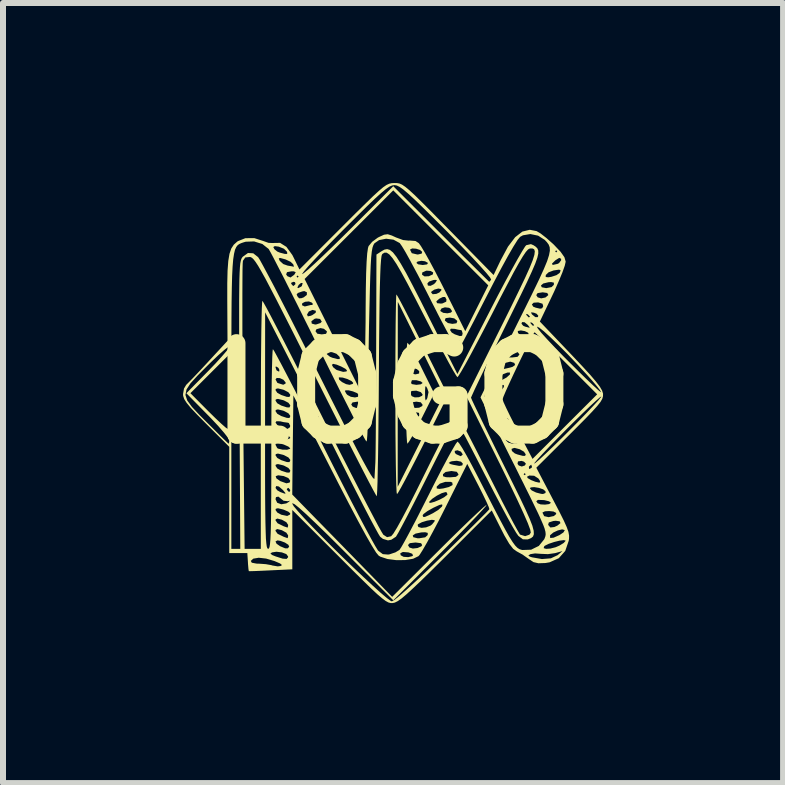
<source format=kicad_pcb>
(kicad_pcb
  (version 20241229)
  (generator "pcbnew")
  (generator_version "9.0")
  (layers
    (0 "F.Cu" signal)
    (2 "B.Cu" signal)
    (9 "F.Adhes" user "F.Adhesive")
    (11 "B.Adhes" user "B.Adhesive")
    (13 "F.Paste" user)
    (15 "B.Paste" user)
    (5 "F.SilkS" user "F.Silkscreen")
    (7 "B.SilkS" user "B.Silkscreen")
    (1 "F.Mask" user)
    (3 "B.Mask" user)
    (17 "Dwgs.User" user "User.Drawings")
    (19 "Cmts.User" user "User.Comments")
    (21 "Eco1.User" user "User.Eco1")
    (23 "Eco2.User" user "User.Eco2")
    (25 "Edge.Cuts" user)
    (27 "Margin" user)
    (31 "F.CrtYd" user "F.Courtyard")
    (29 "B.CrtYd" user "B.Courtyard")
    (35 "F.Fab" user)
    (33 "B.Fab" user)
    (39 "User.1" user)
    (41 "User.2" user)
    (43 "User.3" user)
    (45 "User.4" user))
  (footprint "LOGO"
    (layer "F.Cu")
    (at 3.503 3.503)
    (property "Reference" "LOGO" (at 0 0 0) (layer "F.SilkS") (effects (font (size 1.524 1.524) (thickness 0.3))))
    (attr board_only exclude_from_pos_files exclude_from_bom)
    (fp_poly (pts (xy 0.072 -1.617) (xy 0.119 -1.532) (xy 0.188 -1.401) (xy 0.275 -1.231) (xy 0.377 -1.031) (xy 0.489 -0.809) (xy 0.49 -0.806) (xy 0.911 0.035) (xy 0.5 0.858) (xy 0.389 1.078) (xy 0.287 1.276) (xy 0.199 1.444) (xy 0.129 1.573) (xy 0.082 1.655) (xy 0.062 1.682) (xy 0.056 1.648) (xy 0.052 1.559) (xy 0.074 1.559) (xy 0.459 0.794) (xy 0.844 0.028) (xy 0.46 -0.748) (xy 0.076 -1.524) (xy 0.074 1.559) (xy 0.052 1.559) (xy 0.051 1.551) (xy 0.047 1.397) (xy 0.043 1.194) (xy 0.04 0.948) (xy 0.037 0.665) (xy 0.036 0.354) (xy 0.035 0.02) (xy 0.035 0.018) (xy 0.035 -0.316) (xy 0.036 -0.628) (xy 0.038 -0.91) (xy 0.04 -1.157) (xy 0.043 -1.361) (xy 0.046 -1.515) (xy 0.049 -1.612) (xy 0.052 -1.647) (xy 0.052 -1.647)) (stroke (width 0) (type solid)) (fill yes) (layer "F.SilkS"))
    (fp_poly (pts (xy 0.262 -0.811) (xy 0.311 -0.73) (xy 0.377 -0.609) (xy 0.454 -0.459) (xy 0.473 -0.419) (xy 0.682 0.002) (xy 0.472 0.42) (xy 0.393 0.575) (xy 0.324 0.703) (xy 0.27 0.795) (xy 0.24 0.838) (xy 0.236 0.84) (xy 0.229 0.807) (xy 0.223 0.713) (xy 0.217 0.568) (xy 0.217 0.545) (xy 0.28 0.545) (xy 0.297 0.581) (xy 0.315 0.578) (xy 0.349 0.533) (xy 0.35 0.523) (xy 0.324 0.491) (xy 0.315 0.49) (xy 0.285 0.519) (xy 0.28 0.545) (xy 0.217 0.545) (xy 0.213 0.382) (xy 0.213 0.369) (xy 0.283 0.369) (xy 0.304 0.397) (xy 0.366 0.42) (xy 0.422 0.388) (xy 0.433 0.368) (xy 0.429 0.327) (xy 0.367 0.315) (xy 0.295 0.33) (xy 0.283 0.369) (xy 0.213 0.369) (xy 0.211 0.187) (xy 0.281 0.187) (xy 0.304 0.222) (xy 0.36 0.245) (xy 0.431 0.241) (xy 0.482 0.214) (xy 0.49 0.193) (xy 0.459 0.151) (xy 0.385 0.14) (xy 0.302 0.153) (xy 0.281 0.187) (xy 0.211 0.187) (xy 0.211 0.165) (xy 0.21 0) (xy 0.21 -0.004) (xy 0.277 -0.004) (xy 0.304 0.047) (xy 0.359 0.069) (xy 0.429 0.066) (xy 0.481 0.042) (xy 0.49 0.021) (xy 0.474 0) (xy 0.53 0) (xy 0.532 0.091) (xy 0.541 0.121) (xy 0.559 0.097) (xy 0.568 0.079) (xy 0.588 -0.019) (xy 0.568 -0.079) (xy 0.545 -0.119) (xy 0.534 -0.107) (xy 0.53 -0.037) (xy 0.53 0) (xy 0.474 0) (xy 0.46 -0.018) (xy 0.385 -0.043) (xy 0.306 -0.038) (xy 0.277 -0.004) (xy 0.21 -0.004) (xy 0.211 -0.187) (xy 0.28 -0.187) (xy 0.312 -0.152) (xy 0.385 -0.14) (xy 0.459 -0.149) (xy 0.49 -0.171) (xy 0.49 -0.171) (xy 0.46 -0.197) (xy 0.387 -0.217) (xy 0.385 -0.218) (xy 0.304 -0.217) (xy 0.28 -0.187) (xy 0.211 -0.187) (xy 0.211 -0.234) (xy 0.214 -0.391) (xy 0.245 -0.391) (xy 0.276 -0.336) (xy 0.365 -0.315) (xy 0.373 -0.315) (xy 0.431 -0.329) (xy 0.433 -0.368) (xy 0.394 -0.402) (xy 0.33 -0.42) (xy 0.27 -0.417) (xy 0.245 -0.391) (xy 0.214 -0.391) (xy 0.214 -0.444) (xy 0.218 -0.588) (xy 0.245 -0.588) (xy 0.268 -0.53) (xy 0.289 -0.516) (xy 0.341 -0.51) (xy 0.34 -0.543) (xy 0.304 -0.586) (xy 0.26 -0.625) (xy 0.246 -0.613) (xy 0.245 -0.588) (xy 0.218 -0.588) (xy 0.219 -0.618) (xy 0.225 -0.748) (xy 0.232 -0.825) (xy 0.238 -0.841)) (stroke (width 0) (type solid)) (fill yes) (layer "F.SilkS"))
    (fp_poly (pts (xy 0.064 -3.502) (xy 0.104 -3.495) (xy 0.147 -3.476) (xy 0.2 -3.44) (xy 0.269 -3.383) (xy 0.36 -3.299) (xy 0.479 -3.182) (xy 0.633 -3.028) (xy 0.826 -2.831) (xy 0.919 -2.737) (xy 1.672 -1.97) (xy 1.791 -2.218) (xy 1.912 -2.443) (xy 2.032 -2.601) (xy 2.152 -2.694) (xy 2.275 -2.724) (xy 2.388 -2.702) (xy 2.456 -2.662) (xy 2.553 -2.586) (xy 2.66 -2.491) (xy 2.675 -2.477) (xy 2.788 -2.358) (xy 2.852 -2.267) (xy 2.873 -2.195) (xy 2.873 -2.191) (xy 2.858 -2.125) (xy 2.818 -2.012) (xy 2.757 -1.865) (xy 2.683 -1.698) (xy 2.658 -1.645) (xy 2.443 -1.195) (xy 2.965 -0.647) (xy 3.145 -0.456) (xy 3.281 -0.308) (xy 3.378 -0.194) (xy 3.443 -0.109) (xy 3.48 -0.045) (xy 3.495 0.004) (xy 3.496 0.011) (xy 3.495 0.051) (xy 3.483 0.093) (xy 3.453 0.145) (xy 3.398 0.214) (xy 3.314 0.307) (xy 3.195 0.431) (xy 3.033 0.594) (xy 2.945 0.682) (xy 2.384 1.241) (xy 2.666 1.779) (xy 2.769 1.976) (xy 2.843 2.124) (xy 2.891 2.231) (xy 2.919 2.31) (xy 2.93 2.372) (xy 2.929 2.427) (xy 2.924 2.458) (xy 2.866 2.628) (xy 2.758 2.749) (xy 2.606 2.817) (xy 2.536 2.829) (xy 2.419 2.833) (xy 2.337 2.814) (xy 2.259 2.762) (xy 2.258 2.761) (xy 2.175 2.703) (xy 2.251 2.703) (xy 2.275 2.722) (xy 2.312 2.734) (xy 2.477 2.763) (xy 2.626 2.751) (xy 2.737 2.699) (xy 2.738 2.699) (xy 2.82 2.63) (xy 2.698 2.664) (xy 2.578 2.681) (xy 2.462 2.676) (xy 2.462 2.676) (xy 2.363 2.669) (xy 2.286 2.681) (xy 2.251 2.703) (xy 2.175 2.703) (xy 2.161 2.692) (xy 2.065 2.639) (xy 2.059 2.636) (xy 1.999 2.593) (xy 1.932 2.507) (xy 1.852 2.37) (xy 1.803 2.274) (xy 1.641 1.953) (xy 0.873 2.72) (xy 0.651 2.94) (xy 0.472 3.115) (xy 0.33 3.25) (xy 0.221 3.35) (xy 0.138 3.42) (xy 0.075 3.464) (xy 0.027 3.488) (xy -0.009 3.496) (xy -0.044 3.496) (xy -0.081 3.486) (xy -0.127 3.461) (xy -0.187 3.416) (xy -0.268 3.347) (xy -0.374 3.248) (xy -0.512 3.113) (xy -0.688 2.939) (xy -0.902 2.725) (xy -1.682 1.945) (xy -1.682 2.934) (xy -2.041 2.951) (xy -2.191 2.958) (xy -2.311 2.963) (xy -2.388 2.965) (xy -2.407 2.964) (xy -2.413 2.929) (xy -2.42 2.848) (xy -2.422 2.81) (xy -2.423 2.794) (xy -2.374 2.794) (xy -2.357 2.824) (xy -2.278 2.839) (xy -2.236 2.84) (xy -2.124 2.848) (xy -2.033 2.864) (xy -2.015 2.87) (xy -1.925 2.885) (xy -1.878 2.879) (xy -1.854 2.863) (xy -1.886 2.836) (xy -1.98 2.796) (xy -2.118 2.755) (xy -2.241 2.741) (xy -2.332 2.756) (xy -2.374 2.794) (xy -2.423 2.794) (xy -2.431 2.672) (xy -2.047 2.672) (xy -2.015 2.697) (xy -1.96 2.719) (xy -1.843 2.756) (xy -1.778 2.761) (xy -1.753 2.734) (xy -1.752 2.72) (xy -1.782 2.68) (xy -1.856 2.652) (xy -1.946 2.641) (xy -2.021 2.652) (xy -2.047 2.672) (xy -2.431 2.672) (xy -2.431 2.663) (xy -2.733 2.663) (xy -2.733 0.892) (xy -3.118 0.508) (xy -3.268 0.356) (xy -3.375 0.243) (xy -3.444 0.159) (xy -3.484 0.096) (xy -3.501 0.044) (xy -3.502 0.028) (xy -3.463 0.028) (xy -3.433 0.12) (xy -3.355 0.227) (xy -3.23 0.361) (xy -3.11 0.481) (xy -2.982 0.608) (xy -2.874 0.716) (xy -2.792 0.795) (xy -2.748 0.837) (xy -2.742 0.841) (xy -2.734 0.812) (xy -2.733 0.783) (xy -2.756 0.739) (xy -2.821 0.656) (xy -2.918 0.544) (xy -3.038 0.416) (xy -3.09 0.363) (xy -3.447 0) (xy -3.446 -0.001) (xy -3.38 -0.001) (xy -3.083 0.298) (xy -2.966 0.413) (xy -2.865 0.508) (xy -2.792 0.572) (xy -2.757 0.596) (xy -2.757 0.596) (xy -2.748 0.562) (xy -2.741 0.47) (xy -2.737 0.331) (xy -2.736 0.155) (xy -2.737 -0.017) (xy -2.698 -0.017) (xy -2.698 0.156) (xy -2.698 2.593) (xy -2.549 2.593) (xy -2.562 0.196) (xy -2.565 -0.272) (xy -2.567 -0.675) (xy -2.568 -1.018) (xy -2.568 -1.306) (xy -2.568 -1.389) (xy -2.514 -1.389) (xy -2.514 -1.081) (xy -2.512 -0.739) (xy -2.509 -0.368) (xy -2.505 0.025) (xy -2.503 0.231) (xy -2.477 2.593) (xy -2.207 2.593) (xy -2.207 0.526) (xy -2.207 0.152) (xy -2.205 -0.199) (xy -2.204 -0.523) (xy -2.201 -0.813) (xy -2.198 -1.063) (xy -2.194 -1.267) (xy -2.19 -1.419) (xy -2.185 -1.512) (xy -2.181 -1.541) (xy -2.161 -1.51) (xy -2.112 -1.422) (xy -2.038 -1.283) (xy -1.941 -1.096) (xy -1.823 -0.869) (xy -1.688 -0.605) (xy -1.539 -0.311) (xy -1.377 0.008) (xy -1.206 0.347) (xy -1.191 0.377) (xy -1.019 0.72) (xy -0.854 1.045) (xy -0.7 1.346) (xy -0.56 1.619) (xy -0.436 1.858) (xy -0.332 2.056) (xy -0.251 2.209) (xy -0.194 2.311) (xy -0.166 2.356) (xy -0.166 2.357) (xy -0.103 2.398) (xy -0.036 2.383) (xy -0.034 2.382) (xy 0.002 2.339) (xy 0.064 2.238) (xy 0.15 2.082) (xy 0.258 1.877) (xy 0.384 1.628) (xy 0.527 1.339) (xy 0.531 1.331) (xy 0.652 1.086) (xy 0.764 0.864) (xy 0.863 0.671) (xy 0.946 0.516) (xy 1.009 0.404) (xy 1.048 0.345) (xy 1.057 0.337) (xy 1.08 0.372) (xy 1.13 0.462) (xy 1.203 0.599) (xy 1.295 0.777) (xy 1.402 0.986) (xy 1.52 1.22) (xy 1.582 1.343) (xy 1.705 1.586) (xy 1.818 1.809) (xy 1.92 2.005) (xy 2.004 2.164) (xy 2.068 2.28) (xy 2.106 2.345) (xy 2.115 2.356) (xy 2.198 2.381) (xy 2.269 2.357) (xy 2.292 2.323) (xy 2.283 2.274) (xy 2.242 2.164) (xy 2.169 1.997) (xy 2.066 1.774) (xy 1.933 1.496) (xy 1.772 1.167) (xy 1.767 1.158) (xy 1.22 0.053) (xy 1.807 -1.125) (xy 1.967 -1.447) (xy 2.096 -1.712) (xy 2.198 -1.925) (xy 2.273 -2.091) (xy 2.324 -2.217) (xy 2.352 -2.307) (xy 2.359 -2.366) (xy 2.348 -2.399) (xy 2.32 -2.413) (xy 2.277 -2.412) (xy 2.273 -2.411) (xy 2.246 -2.396) (xy 2.209 -2.354) (xy 2.159 -2.28) (xy 2.093 -2.169) (xy 2.007 -2.015) (xy 1.9 -1.812) (xy 1.766 -1.556) (xy 1.651 -1.331) (xy 1.521 -1.08) (xy 1.4 -0.85) (xy 1.293 -0.649) (xy 1.202 -0.483) (xy 1.131 -0.359) (xy 1.085 -0.286) (xy 1.069 -0.267) (xy 1.046 -0.299) (xy 0.994 -0.385) (xy 0.92 -0.519) (xy 0.826 -0.694) (xy 0.716 -0.901) (xy 0.596 -1.134) (xy 0.519 -1.283) (xy 0.365 -1.583) (xy 0.239 -1.824) (xy 0.136 -2.013) (xy 0.053 -2.155) (xy -0.013 -2.253) (xy -0.066 -2.314) (xy -0.109 -2.342) (xy -0.146 -2.343) (xy -0.18 -2.322) (xy -0.185 -2.316) (xy -0.195 -2.289) (xy -0.203 -2.225) (xy -0.211 -2.121) (xy -0.217 -1.973) (xy -0.223 -1.775) (xy -0.228 -1.525) (xy -0.232 -1.219) (xy -0.236 -0.851) (xy -0.239 -0.419) (xy -0.24 -0.279) (xy -0.242 0.088) (xy -0.246 0.433) (xy -0.249 0.75) (xy -0.253 1.032) (xy -0.258 1.275) (xy -0.262 1.47) (xy -0.267 1.613) (xy -0.272 1.696) (xy -0.275 1.717) (xy -0.294 1.686) (xy -0.342 1.598) (xy -0.416 1.458) (xy -0.513 1.271) (xy -0.63 1.043) (xy -0.766 0.778) (xy -0.916 0.482) (xy -1.079 0.16) (xy -1.251 -0.182) (xy -1.296 -0.272) (xy -1.499 -0.675) (xy -1.673 -1.021) (xy -1.821 -1.312) (xy -1.945 -1.555) (xy -2.048 -1.753) (xy -2.131 -1.911) (xy -2.199 -2.033) (xy -2.252 -2.124) (xy -2.294 -2.188) (xy -2.327 -2.231) (xy -2.353 -2.256) (xy -2.375 -2.268) (xy -2.388 -2.271) (xy -2.466 -2.263) (xy -2.505 -2.207) (xy -2.505 -2.206) (xy -2.509 -2.159) (xy -2.512 -2.048) (xy -2.513 -1.879) (xy -2.514 -1.657) (xy -2.514 -1.389) (xy -2.568 -1.389) (xy -2.568 -1.545) (xy -2.566 -1.738) (xy -2.564 -1.892) (xy -2.56 -2.011) (xy -2.555 -2.1) (xy -2.549 -2.164) (xy -2.54 -2.209) (xy -2.531 -2.239) (xy -2.519 -2.26) (xy -2.508 -2.274) (xy -2.421 -2.337) (xy -2.333 -2.332) (xy -2.252 -2.268) (xy -2.223 -2.223) (xy -2.167 -2.121) (xy -2.085 -1.968) (xy -1.98 -1.77) (xy -1.857 -1.531) (xy -1.717 -1.259) (xy -1.565 -0.959) (xy -1.402 -0.636) (xy -1.249 -0.333) (xy -1.046 0.072) (xy -0.872 0.416) (xy -0.725 0.705) (xy -0.604 0.939) (xy -0.506 1.124) (xy -0.43 1.262) (xy -0.375 1.357) (xy -0.338 1.411) (xy -0.318 1.428) (xy -0.313 1.419) (xy -0.307 1.316) (xy -0.3 1.189) (xy -0.298 1.156) (xy -0.296 1.089) (xy -0.294 0.96) (xy -0.292 0.777) (xy -0.29 0.546) (xy -0.289 0.276) (xy -0.287 -0.025) (xy -0.286 -0.35) (xy -0.285 -0.656) (xy -0.28 -2.311) (xy -0.193 -2.368) (xy -0.146 -2.394) (xy -0.101 -2.402) (xy -0.055 -2.388) (xy -0.005 -2.347) (xy 0.054 -2.272) (xy 0.126 -2.159) (xy 0.215 -2.003) (xy 0.323 -1.798) (xy 0.456 -1.539) (xy 0.568 -1.316) (xy 1.069 -0.32) (xy 1.612 -1.375) (xy 1.742 -1.627) (xy 1.865 -1.859) (xy 1.977 -2.065) (xy 2.072 -2.236) (xy 2.147 -2.365) (xy 2.197 -2.445) (xy 2.216 -2.467) (xy 2.294 -2.485) (xy 2.336 -2.467) (xy 2.374 -2.442) (xy 2.401 -2.415) (xy 2.416 -2.379) (xy 2.417 -2.329) (xy 2.401 -2.258) (xy 2.366 -2.16) (xy 2.31 -2.029) (xy 2.232 -1.859) (xy 2.128 -1.643) (xy 1.996 -1.375) (xy 1.88 -1.139) (xy 1.749 -0.872) (xy 1.628 -0.625) (xy 1.52 -0.404) (xy 1.43 -0.217) (xy 1.36 -0.07) (xy 1.315 0.029) (xy 1.296 0.072) (xy 1.296 0.074) (xy 1.311 0.111) (xy 1.354 0.203) (xy 1.422 0.344) (xy 1.51 0.525) (xy 1.615 0.739) (xy 1.733 0.979) (xy 1.839 1.192) (xy 1.99 1.496) (xy 2.112 1.743) (xy 2.205 1.94) (xy 2.273 2.092) (xy 2.318 2.207) (xy 2.34 2.291) (xy 2.343 2.349) (xy 2.329 2.387) (xy 2.298 2.413) (xy 2.254 2.431) (xy 2.238 2.436) (xy 2.16 2.434) (xy 2.085 2.377) (xy 2.049 2.326) (xy 1.986 2.22) (xy 1.902 2.069) (xy 1.801 1.881) (xy 1.687 1.666) (xy 1.566 1.431) (xy 1.537 1.376) (xy 1.418 1.143) (xy 1.309 0.932) (xy 1.214 0.75) (xy 1.137 0.606) (xy 1.082 0.506) (xy 1.054 0.459) (xy 1.051 0.456) (xy 1.031 0.486) (xy 0.985 0.571) (xy 0.915 0.704) (xy 0.826 0.876) (xy 0.722 1.08) (xy 0.607 1.309) (xy 0.565 1.393) (xy 0.445 1.632) (xy 0.333 1.852) (xy 0.233 2.046) (xy 0.149 2.205) (xy 0.087 2.32) (xy 0.049 2.384) (xy 0.044 2.391) (xy -0.032 2.441) (xy -0.088 2.452) (xy -0.172 2.427) (xy -0.218 2.391) (xy -0.246 2.346) (xy -0.301 2.246) (xy -0.38 2.099) (xy -0.478 1.911) (xy -0.591 1.691) (xy -0.716 1.446) (xy -0.835 1.209) (xy -0.986 0.908) (xy -1.146 0.592) (xy -1.306 0.274) (xy -1.461 -0.031) (xy -1.602 -0.309) (xy -1.722 -0.545) (xy -1.766 -0.631) (xy -2.135 -1.349) (xy -2.136 0.622) (xy -2.136 1.047) (xy -2.136 1.408) (xy -2.135 1.709) (xy -2.133 1.955) (xy -2.13 2.152) (xy -2.126 2.306) (xy -2.122 2.42) (xy -2.115 2.5) (xy -2.108 2.552) (xy -2.099 2.581) (xy -2.088 2.592) (xy -2.085 2.593) (xy -2.072 2.586) (xy -2.062 2.562) (xy -2.054 2.515) (xy -2.05 2.469) (xy -1.962 2.469) (xy -1.945 2.507) (xy -1.885 2.549) (xy -1.883 2.55) (xy -1.802 2.584) (xy -1.758 2.584) (xy -1.734 2.557) (xy -1.748 2.525) (xy -1.805 2.488) (xy -1.879 2.46) (xy -1.929 2.452) (xy -1.962 2.469) (xy -2.05 2.469) (xy -2.047 2.439) (xy -2.042 2.329) (xy -2.041 2.294) (xy -1.962 2.294) (xy -1.927 2.342) (xy -1.823 2.393) (xy -1.76 2.415) (xy -1.753 2.389) (xy -1.752 2.368) (xy -1.781 2.324) (xy -1.853 2.284) (xy -1.857 2.282) (xy -1.931 2.263) (xy -1.96 2.277) (xy -1.962 2.294) (xy -2.041 2.294) (xy -2.038 2.179) (xy -2.037 2.118) (xy -1.962 2.118) (xy -1.927 2.167) (xy -1.823 2.218) (xy -1.76 2.239) (xy -1.753 2.214) (xy -1.752 2.193) (xy -1.781 2.149) (xy -1.853 2.109) (xy -1.857 2.107) (xy -1.931 2.088) (xy -1.96 2.102) (xy -1.962 2.118) (xy -2.037 2.118) (xy -2.035 1.983) (xy -2.035 1.945) (xy -1.962 1.945) (xy -1.932 1.988) (xy -1.866 2.024) (xy -1.767 2.045) (xy -1.72 2.021) (xy -1.717 2.001) (xy -1.747 1.974) (xy -1.821 1.942) (xy -1.839 1.936) (xy -1.922 1.916) (xy -1.957 1.925) (xy -1.962 1.945) (xy -2.035 1.945) (xy -2.034 1.766) (xy -1.962 1.766) (xy -1.934 1.825) (xy -1.866 1.85) (xy -1.783 1.836) (xy -1.752 1.818) (xy -1.719 1.791) (xy -1.747 1.796) (xy -1.758 1.799) (xy -1.828 1.791) (xy -1.859 1.767) (xy -1.915 1.722) (xy -1.954 1.731) (xy -1.962 1.766) (xy -2.034 1.766) (xy -2.033 1.736) (xy -2.033 1.688) (xy -1.683 1.688) (xy -0.85 2.54) (xy -0.018 3.393) (xy 0.761 2.618) (xy 0.952 2.428) (xy 1.128 2.256) (xy 1.281 2.108) (xy 1.406 1.99) (xy 1.497 1.906) (xy 1.548 1.864) (xy 1.556 1.86) (xy 1.537 1.888) (xy 1.473 1.959) (xy 1.371 2.068) (xy 1.237 2.208) (xy 1.076 2.373) (xy 0.894 2.557) (xy 0.787 2.664) (xy -0.000018 3.45) (xy -0.841 2.61) (xy -1.089 2.363) (xy -1.292 2.166) (xy -1.45 2.016) (xy -1.566 1.912) (xy -1.641 1.851) (xy -1.678 1.833) (xy -1.683 1.84) (xy -1.659 1.882) (xy -1.59 1.964) (xy -1.485 2.08) (xy -1.351 2.221) (xy -1.195 2.381) (xy -1.024 2.553) (xy -0.846 2.728) (xy -0.668 2.9) (xy -0.497 3.062) (xy -0.342 3.206) (xy -0.209 3.326) (xy -0.106 3.413) (xy -0.04 3.461) (xy -0.023 3.468) (xy 0.02 3.444) (xy 0.106 3.375) (xy 0.231 3.265) (xy 0.389 3.121) (xy 0.576 2.945) (xy 0.785 2.743) (xy 0.818 2.711) (xy 1.01 2.523) (xy 1.186 2.35) (xy 1.338 2.2) (xy 1.461 2.077) (xy 1.55 1.988) (xy 1.596 1.939) (xy 1.602 1.931) (xy 1.59 1.893) (xy 1.552 1.807) (xy 1.493 1.684) (xy 1.422 1.543) (xy 1.233 1.177) (xy 0.866 1.911) (xy 0.758 2.124) (xy 0.655 2.318) (xy 0.564 2.485) (xy 0.49 2.613) (xy 0.438 2.695) (xy 0.42 2.715) (xy 0.331 2.758) (xy 0.199 2.78) (xy 0.049 2.781) (xy -0.097 2.762) (xy -0.215 2.723) (xy -0.243 2.706) (xy -0.286 2.654) (xy -0.357 2.54) (xy -0.457 2.366) (xy -0.585 2.131) (xy -0.74 1.838) (xy -0.922 1.487) (xy -0.998 1.338) (xy -1.664 0.037) (xy -1.674 0.862) (xy -1.683 1.688) (xy -2.033 1.688) (xy -2.033 1.578) (xy -1.962 1.578) (xy -1.933 1.617) (xy -1.883 1.646) (xy -1.809 1.673) (xy -1.793 1.668) (xy -1.827 1.626) (xy -1.839 1.612) (xy -1.855 1.598) (xy -1.775 1.598) (xy -1.769 1.612) (xy -1.738 1.645) (xy -1.732 1.647) (xy -1.717 1.62) (xy -1.717 1.612) (xy -1.744 1.578) (xy -1.754 1.577) (xy -1.775 1.598) (xy -1.855 1.598) (xy -1.906 1.554) (xy -1.95 1.546) (xy -1.962 1.578) (xy -2.033 1.578) (xy -2.032 1.433) (xy -2.032 1.382) (xy -1.959 1.382) (xy -1.947 1.419) (xy -1.886 1.462) (xy -1.883 1.464) (xy -1.78 1.501) (xy -1.726 1.488) (xy -1.717 1.458) (xy -1.748 1.413) (xy -1.826 1.38) (xy -1.918 1.367) (xy -1.959 1.382) (xy -2.032 1.382) (xy -2.032 1.209) (xy -1.962 1.209) (xy -1.933 1.253) (xy -1.866 1.291) (xy -1.774 1.321) (xy -1.73 1.323) (xy -1.717 1.297) (xy -1.717 1.285) (xy -1.747 1.245) (xy -1.821 1.206) (xy -1.839 1.2) (xy -1.922 1.18) (xy -1.957 1.189) (xy -1.962 1.209) (xy -2.032 1.209) (xy -2.032 1.067) (xy -2.032 1.034) (xy -1.962 1.034) (xy -1.933 1.078) (xy -1.866 1.115) (xy -1.774 1.146) (xy -1.73 1.148) (xy -1.717 1.122) (xy -1.717 1.109) (xy -1.747 1.07) (xy -1.821 1.031) (xy -1.839 1.025) (xy -1.922 1.005) (xy -1.957 1.014) (xy -1.962 1.034) (xy -2.032 1.034) (xy -2.032 0.928) (xy -2.032 0.859) (xy -1.962 0.859) (xy -1.934 0.913) (xy -1.918 0.923) (xy -1.844 0.94) (xy -1.768 0.941) (xy -1.721 0.926) (xy -1.717 0.917) (xy -1.747 0.889) (xy -1.821 0.856) (xy -1.839 0.85) (xy -1.922 0.83) (xy -1.957 0.839) (xy -1.962 0.859) (xy -2.032 0.859) (xy -2.032 0.681) (xy -1.962 0.681) (xy -1.935 0.723) (xy -1.849 0.753) (xy -1.76 0.766) (xy -1.72 0.751) (xy -1.717 0.739) (xy -1.746 0.707) (xy -1.818 0.672) (xy -1.827 0.669) (xy -1.913 0.64) (xy -1.951 0.635) (xy -1.962 0.656) (xy -1.962 0.681) (xy -2.032 0.681) (xy -2.031 0.594) (xy -2.031 0.488) (xy -1.962 0.488) (xy -1.932 0.529) (xy -1.861 0.569) (xy -1.776 0.592) (xy -1.76 0.593) (xy -1.722 0.567) (xy -1.717 0.543) (xy -1.74 0.496) (xy -1.76 0.49) (xy -1.828 0.481) (xy -1.883 0.468) (xy -1.946 0.466) (xy -1.962 0.488) (xy -2.031 0.488) (xy -2.03 0.298) (xy -1.962 0.298) (xy -1.933 0.342) (xy -1.866 0.38) (xy -1.774 0.41) (xy -1.73 0.413) (xy -1.717 0.386) (xy -1.717 0.374) (xy -1.747 0.334) (xy -1.821 0.295) (xy -1.839 0.289) (xy -1.922 0.269) (xy -1.957 0.278) (xy -1.962 0.298) (xy -2.03 0.298) (xy -2.03 0.283) (xy -2.029 0.123) (xy -1.962 0.123) (xy -1.933 0.167) (xy -1.866 0.205) (xy -1.774 0.235) (xy -1.73 0.237) (xy -1.717 0.211) (xy -1.717 0.199) (xy -1.747 0.159) (xy -1.821 0.12) (xy -1.839 0.114) (xy -1.922 0.094) (xy -1.957 0.103) (xy -1.962 0.123) (xy -2.029 0.123) (xy -2.028 0.001) (xy -2.027 -0.052) (xy -1.962 -0.052) (xy -1.933 -0.008) (xy -1.866 0.029) (xy -1.774 0.06) (xy -1.73 0.062) (xy -1.717 0.036) (xy -1.717 0.023) (xy -1.747 -0.016) (xy -1.821 -0.055) (xy -1.839 -0.061) (xy -1.922 -0.081) (xy -1.957 -0.072) (xy -1.962 -0.052) (xy -2.027 -0.052) (xy -2.025 -0.23) (xy -1.962 -0.23) (xy -1.93 -0.172) (xy -1.842 -0.144) (xy -1.828 -0.143) (xy -1.793 -0.163) (xy -1.794 -0.181) (xy -1.831 -0.225) (xy -1.889 -0.252) (xy -1.942 -0.255) (xy -1.962 -0.23) (xy -2.025 -0.23) (xy -2.024 -0.246) (xy -2.021 -0.433) (xy -1.962 -0.433) (xy -1.945 -0.382) (xy -1.91 -0.362) (xy -1.897 -0.368) (xy -1.902 -0.404) (xy -1.92 -0.428) (xy -1.956 -0.448) (xy -1.962 -0.433) (xy -2.021 -0.433) (xy -2.02 -0.449) (xy -2.016 -0.603) (xy -2.011 -0.701) (xy -2.006 -0.735) (xy -2.006 -0.735) (xy -1.985 -0.705) (xy -1.937 -0.617) (xy -1.863 -0.479) (xy -1.767 -0.295) (xy -1.651 -0.072) (xy -1.52 0.185) (xy -1.375 0.47) (xy -1.22 0.776) (xy -1.156 0.903) (xy -0.996 1.22) (xy -0.843 1.52) (xy -0.701 1.797) (xy -0.572 2.044) (xy -0.46 2.255) (xy -0.368 2.425) (xy -0.3 2.546) (xy -0.259 2.613) (xy -0.252 2.623) (xy -0.174 2.681) (xy -0.086 2.688) (xy -0.061 2.684) (xy -0.011 2.667) (xy 0.117 2.667) (xy 0.124 2.7) (xy 0.173 2.726) (xy 0.25 2.731) (xy 0.316 2.715) (xy 0.33 2.702) (xy 0.315 2.674) (xy 0.254 2.652) (xy 0.16 2.645) (xy 0.117 2.667) (xy -0.011 2.667) (xy 0.035 2.652) (xy 0.103 2.611) (xy 0.132 2.568) (xy 0.154 2.53) (xy 0.245 2.53) (xy 0.27 2.571) (xy 0.327 2.588) (xy 0.405 2.579) (xy 0.468 2.551) (xy 0.482 2.531) (xy 0.464 2.499) (xy 0.381 2.488) (xy 0.371 2.487) (xy 0.276 2.498) (xy 0.245 2.53) (xy 0.154 2.53) (xy 0.188 2.47) (xy 0.243 2.369) (xy 0.325 2.369) (xy 0.334 2.399) (xy 0.402 2.416) (xy 0.431 2.417) (xy 0.532 2.401) (xy 0.574 2.363) (xy 0.575 2.327) (xy 0.532 2.316) (xy 0.467 2.319) (xy 0.371 2.339) (xy 0.325 2.369) (xy 0.243 2.369) (xy 0.266 2.326) (xy 0.335 2.194) (xy 0.406 2.194) (xy 0.418 2.229) (xy 0.472 2.243) (xy 0.547 2.235) (xy 0.619 2.207) (xy 0.647 2.185) (xy 0.687 2.137) (xy 0.692 2.116) (xy 0.644 2.109) (xy 0.563 2.123) (xy 0.477 2.149) (xy 0.417 2.181) (xy 0.406 2.194) (xy 0.335 2.194) (xy 0.361 2.146) (xy 0.419 2.033) (xy 0.49 2.033) (xy 0.497 2.06) (xy 0.527 2.061) (xy 0.595 2.032) (xy 0.663 1.998) (xy 0.751 1.944) (xy 0.81 1.89) (xy 0.818 1.876) (xy 0.815 1.852) (xy 0.77 1.861) (xy 0.675 1.905) (xy 0.665 1.91) (xy 0.569 1.964) (xy 0.506 2.011) (xy 0.49 2.033) (xy 0.419 2.033) (xy 0.468 1.936) (xy 0.527 1.82) (xy 0.596 1.82) (xy 0.622 1.827) (xy 0.687 1.809) (xy 0.769 1.775) (xy 0.847 1.734) (xy 0.897 1.695) (xy 0.904 1.684) (xy 0.889 1.65) (xy 0.87 1.647) (xy 0.808 1.665) (xy 0.726 1.707) (xy 0.649 1.759) (xy 0.601 1.806) (xy 0.596 1.82) (xy 0.527 1.82) (xy 0.584 1.707) (xy 0.596 1.684) (xy 0.66 1.556) (xy 0.724 1.556) (xy 0.725 1.587) (xy 0.77 1.594) (xy 0.834 1.586) (xy 0.926 1.563) (xy 0.984 1.533) (xy 0.989 1.527) (xy 0.984 1.489) (xy 0.96 1.477) (xy 0.866 1.477) (xy 0.777 1.506) (xy 0.725 1.554) (xy 0.724 1.556) (xy 0.66 1.556) (xy 0.711 1.456) (xy 0.766 1.349) (xy 0.828 1.349) (xy 0.83 1.383) (xy 0.879 1.399) (xy 0.947 1.401) (xy 1.044 1.393) (xy 1.084 1.363) (xy 1.086 1.349) (xy 1.059 1.309) (xy 0.972 1.296) (xy 0.967 1.296) (xy 0.872 1.312) (xy 0.828 1.349) (xy 0.766 1.349) (xy 0.817 1.25) (xy 0.864 1.162) (xy 0.924 1.162) (xy 0.956 1.181) (xy 0.998 1.192) (xy 1.1 1.211) (xy 1.15 1.203) (xy 1.16 1.173) (xy 1.129 1.14) (xy 1.059 1.125) (xy 0.978 1.133) (xy 0.952 1.141) (xy 0.924 1.162) (xy 0.864 1.162) (xy 0.91 1.075) (xy 0.973 0.961) (xy 1.024 0.961) (xy 1.028 0.996) (xy 1.052 1.017) (xy 1.124 1.049) (xy 1.155 1.026) (xy 1.156 1.015) (xy 1.128 0.973) (xy 1.07 0.95) (xy 1.024 0.961) (xy 0.973 0.961) (xy 0.987 0.937) (xy 1.041 0.845) (xy 1.07 0.807) (xy 1.072 0.806) (xy 1.1 0.836) (xy 1.153 0.918) (xy 1.225 1.043) (xy 1.31 1.2) (xy 1.383 1.34) (xy 1.543 1.652) (xy 1.674 1.907) (xy 1.781 2.112) (xy 1.866 2.271) (xy 1.934 2.392) (xy 1.988 2.478) (xy 2.032 2.538) (xy 2.068 2.575) (xy 2.101 2.597) (xy 2.134 2.608) (xy 2.152 2.612) (xy 2.298 2.607) (xy 2.35 2.581) (xy 2.506 2.581) (xy 2.547 2.593) (xy 2.619 2.588) (xy 2.706 2.566) (xy 2.769 2.539) (xy 2.84 2.495) (xy 2.873 2.459) (xy 2.873 2.457) (xy 2.844 2.447) (xy 2.772 2.456) (xy 2.68 2.479) (xy 2.591 2.509) (xy 2.526 2.541) (xy 2.516 2.55) (xy 2.506 2.581) (xy 2.35 2.581) (xy 2.426 2.544) (xy 2.516 2.433) (xy 2.524 2.414) (xy 2.535 2.383) (xy 2.537 2.372) (xy 2.612 2.372) (xy 2.615 2.412) (xy 2.672 2.407) (xy 2.771 2.363) (xy 2.836 2.319) (xy 2.858 2.282) (xy 2.856 2.279) (xy 2.814 2.268) (xy 2.742 2.286) (xy 2.667 2.321) (xy 2.617 2.363) (xy 2.612 2.372) (xy 2.537 2.372) (xy 2.54 2.35) (xy 2.536 2.308) (xy 2.521 2.251) (xy 2.499 2.193) (xy 2.581 2.193) (xy 2.618 2.237) (xy 2.685 2.229) (xy 2.736 2.205) (xy 2.786 2.164) (xy 2.774 2.134) (xy 2.708 2.125) (xy 2.667 2.129) (xy 2.592 2.153) (xy 2.581 2.193) (xy 2.499 2.193) (xy 2.49 2.172) (xy 2.443 2.064) (xy 2.409 1.991) (xy 2.487 1.991) (xy 2.515 2.048) (xy 2.589 2.065) (xy 2.677 2.046) (xy 2.715 2.013) (xy 2.713 1.993) (xy 2.67 1.971) (xy 2.598 1.963) (xy 2.528 1.967) (xy 2.489 1.986) (xy 2.487 1.991) (xy 2.409 1.991) (xy 2.375 1.921) (xy 2.316 1.799) (xy 2.383 1.799) (xy 2.406 1.833) (xy 2.455 1.852) (xy 2.529 1.856) (xy 2.597 1.847) (xy 2.628 1.826) (xy 2.628 1.826) (xy 2.597 1.801) (xy 2.521 1.782) (xy 2.505 1.78) (xy 2.412 1.777) (xy 2.383 1.799) (xy 2.316 1.799) (xy 2.285 1.735) (xy 2.21 1.585) (xy 2.277 1.585) (xy 2.307 1.619) (xy 2.379 1.654) (xy 2.464 1.676) (xy 2.495 1.679) (xy 2.538 1.662) (xy 2.537 1.633) (xy 2.498 1.601) (xy 2.427 1.577) (xy 2.349 1.564) (xy 2.291 1.569) (xy 2.277 1.585) (xy 2.21 1.585) (xy 2.169 1.501) (xy 2.114 1.392) (xy 2.228 1.392) (xy 2.242 1.415) (xy 2.297 1.447) (xy 2.367 1.475) (xy 2.428 1.489) (xy 2.449 1.485) (xy 2.441 1.453) (xy 2.418 1.42) (xy 2.348 1.375) (xy 2.268 1.371) (xy 2.228 1.392) (xy 2.114 1.392) (xy 2.093 1.349) (xy 2.172 1.349) (xy 2.19 1.366) (xy 2.207 1.349) (xy 2.19 1.331) (xy 2.172 1.349) (xy 2.093 1.349) (xy 2.032 1.226) (xy 2.26 1.226) (xy 2.263 1.258) (xy 2.275 1.261) (xy 2.311 1.236) (xy 2.312 1.226) (xy 2.3 1.192) (xy 2.297 1.191) (xy 2.267 1.216) (xy 2.26 1.226) (xy 2.032 1.226) (xy 2.025 1.212) (xy 2.012 1.186) (xy 2.007 1.177) (xy 2.071 1.177) (xy 2.092 1.204) (xy 2.142 1.221) (xy 2.194 1.203) (xy 2.21 1.174) (xy 2.21 1.173) (xy 2.347 1.173) (xy 2.371 1.159) (xy 2.437 1.103) (xy 2.538 1.009) (xy 2.668 0.885) (xy 2.819 0.737) (xy 2.908 0.648) (xy 3.069 0.486) (xy 3.212 0.339) (xy 3.33 0.214) (xy 3.416 0.121) (xy 3.462 0.065) (xy 3.468 0.053) (xy 3.445 0.067) (xy 3.379 0.124) (xy 3.278 0.217) (xy 3.148 0.342) (xy 2.997 0.49) (xy 2.908 0.578) (xy 2.747 0.741) (xy 2.603 0.888) (xy 2.486 1.012) (xy 2.4 1.106) (xy 2.354 1.161) (xy 2.347 1.173) (xy 2.21 1.173) (xy 2.18 1.141) (xy 2.138 1.127) (xy 2.078 1.136) (xy 2.071 1.177) (xy 2.007 1.177) (xy 1.882 0.927) (xy 1.971 0.927) (xy 1.978 0.963) (xy 2.026 1.003) (xy 2.07 1.02) (xy 2.157 1.043) (xy 2.197 1.043) (xy 2.207 1.022) (xy 2.207 1.017) (xy 2.178 0.974) (xy 2.108 0.933) (xy 2.028 0.912) (xy 2.014 0.911) (xy 1.971 0.927) (xy 1.882 0.927) (xy 1.801 0.764) (xy 1.873 0.764) (xy 1.878 0.786) (xy 1.917 0.822) (xy 1.983 0.84) (xy 2.05 0.839) (xy 2.091 0.819) (xy 2.094 0.797) (xy 2.052 0.763) (xy 1.972 0.743) (xy 1.968 0.742) (xy 1.893 0.741) (xy 1.873 0.764) (xy 1.801 0.764) (xy 1.725 0.613) (xy 1.803 0.613) (xy 1.821 0.644) (xy 1.887 0.663) (xy 1.928 0.666) (xy 1.999 0.656) (xy 2.013 0.624) (xy 2.01 0.613) (xy 1.96 0.565) (xy 1.868 0.573) (xy 1.842 0.582) (xy 1.803 0.613) (xy 1.725 0.613) (xy 1.654 0.471) (xy 1.745 0.471) (xy 1.747 0.506) (xy 1.805 0.512) (xy 1.833 0.505) (xy 1.898 0.482) (xy 1.922 0.471) (xy 1.918 0.437) (xy 1.912 0.424) (xy 1.865 0.407) (xy 1.804 0.427) (xy 1.745 0.471) (xy 1.654 0.471) (xy 1.577 0.316) (xy 1.648 0.316) (xy 1.661 0.345) (xy 1.707 0.358) (xy 1.766 0.339) (xy 1.823 0.301) (xy 1.833 0.271) (xy 1.791 0.257) (xy 1.74 0.266) (xy 1.668 0.292) (xy 1.648 0.316) (xy 1.577 0.316) (xy 1.502 0.167) (xy 1.591 0.167) (xy 1.592 0.206) (xy 1.635 0.223) (xy 1.697 0.204) (xy 1.744 0.164) (xy 1.752 0.139) (xy 1.724 0.108) (xy 1.708 0.106) (xy 1.636 0.125) (xy 1.591 0.167) (xy 1.502 0.167) (xy 1.469 0.1) (xy 1.822 0.1) (xy 1.837 0.147) (xy 1.881 0.243) (xy 1.946 0.377) (xy 2.027 0.536) (xy 2.071 0.621) (xy 2.321 1.094) (xy 3.398 0.018) (xy 2.882 -0.499) (xy 2.728 -0.653) (xy 2.59 -0.789) (xy 2.478 -0.899) (xy 2.398 -0.977) (xy 2.358 -1.014) (xy 2.355 -1.016) (xy 2.335 -0.986) (xy 2.291 -0.905) (xy 2.231 -0.785) (xy 2.159 -0.639) (xy 2.081 -0.478) (xy 2.004 -0.316) (xy 1.934 -0.165) (xy 1.876 -0.037) (xy 1.837 0.055) (xy 1.822 0.099) (xy 1.822 0.1) (xy 1.469 0.1) (xy 1.454 0.069) (xy 1.459 0.058) (xy 1.522 0.058) (xy 1.554 0.067) (xy 1.635 0.046) (xy 1.677 0.031) (xy 1.748 -0.006) (xy 1.808 -0.056) (xy 1.844 -0.105) (xy 1.842 -0.136) (xy 1.825 -0.14) (xy 1.776 -0.115) (xy 1.771 -0.108) (xy 1.725 -0.078) (xy 1.649 -0.053) (xy 1.57 -0.021) (xy 1.528 0.02) (xy 1.522 0.058) (xy 1.459 0.058) (xy 1.564 -0.153) (xy 1.622 -0.153) (xy 1.639 -0.145) (xy 1.695 -0.165) (xy 1.777 -0.201) (xy 1.889 -0.263) (xy 1.945 -0.314) (xy 1.943 -0.346) (xy 1.902 -0.345) (xy 1.826 -0.316) (xy 1.74 -0.272) (xy 1.668 -0.225) (xy 1.632 -0.188) (xy 1.622 -0.153) (xy 1.564 -0.153) (xy 1.688 -0.4) (xy 1.752 -0.4) (xy 1.781 -0.396) (xy 1.855 -0.407) (xy 1.948 -0.428) (xy 1.988 -0.44) (xy 2.031 -0.471) (xy 2.017 -0.506) (xy 1.957 -0.525) (xy 1.947 -0.526) (xy 1.871 -0.507) (xy 1.797 -0.463) (xy 1.754 -0.412) (xy 1.752 -0.4) (xy 1.688 -0.4) (xy 1.812 -0.648) (xy 1.879 -0.648) (xy 1.881 -0.612) (xy 1.934 -0.597) (xy 1.981 -0.596) (xy 2.071 -0.607) (xy 2.102 -0.644) (xy 2.102 -0.648) (xy 2.071 -0.69) (xy 2.001 -0.701) (xy 1.919 -0.684) (xy 1.879 -0.648) (xy 1.812 -0.648) (xy 1.905 -0.835) (xy 1.976 -0.835) (xy 2.009 -0.817) (xy 2.05 -0.808) (xy 2.133 -0.802) (xy 2.18 -0.822) (xy 2.173 -0.855) (xy 2.134 -0.87) (xy 2.045 -0.867) (xy 2.003 -0.856) (xy 1.976 -0.835) (xy 1.905 -0.835) (xy 2.006 -1.036) (xy 2.075 -1.036) (xy 2.079 -1.003) (xy 2.125 -0.967) (xy 2.187 -0.947) (xy 2.196 -0.946) (xy 2.252 -0.971) (xy 2.259 -0.98) (xy 2.247 -1.009) (xy 2.193 -1.035) (xy 2.127 -1.047) (xy 2.078 -1.038) (xy 2.075 -1.036) (xy 2.006 -1.036) (xy 2.046 -1.116) (xy 2.067 -1.159) (xy 2.137 -1.159) (xy 2.166 -1.124) (xy 2.198 -1.11) (xy 2.257 -1.095) (xy 2.273 -1.09) (xy 2.265 -1.109) (xy 2.265 -1.109) (xy 2.394 -1.109) (xy 2.41 -1.078) (xy 2.469 -1.005) (xy 2.565 -0.899) (xy 2.691 -0.765) (xy 2.839 -0.612) (xy 2.908 -0.543) (xy 3.066 -0.386) (xy 3.207 -0.248) (xy 3.324 -0.137) (xy 3.41 -0.058) (xy 3.456 -0.02) (xy 3.463 -0.018) (xy 3.447 -0.048) (xy 3.393 -0.118) (xy 3.309 -0.217) (xy 3.23 -0.305) (xy 3.064 -0.485) (xy 2.902 -0.655) (xy 2.75 -0.807) (xy 2.616 -0.936) (xy 2.508 -1.034) (xy 2.431 -1.094) (xy 2.395 -1.11) (xy 2.394 -1.109) (xy 2.265 -1.109) (xy 2.242 -1.139) (xy 2.191 -1.181) (xy 2.283 -1.181) (xy 2.291 -1.162) (xy 2.327 -1.124) (xy 2.347 -1.132) (xy 2.347 -1.137) (xy 2.322 -1.166) (xy 2.307 -1.177) (xy 2.283 -1.181) (xy 2.191 -1.181) (xy 2.187 -1.184) (xy 2.146 -1.185) (xy 2.137 -1.159) (xy 2.067 -1.159) (xy 2.148 -1.321) (xy 2.213 -1.321) (xy 2.221 -1.302) (xy 2.257 -1.264) (xy 2.277 -1.272) (xy 2.277 -1.277) (xy 2.252 -1.306) (xy 2.237 -1.317) (xy 2.213 -1.321) (xy 2.148 -1.321) (xy 2.162 -1.349) (xy 2.297 -1.349) (xy 2.306 -1.322) (xy 2.315 -1.311) (xy 2.368 -1.268) (xy 2.409 -1.268) (xy 2.417 -1.292) (xy 2.388 -1.325) (xy 2.345 -1.342) (xy 2.297 -1.349) (xy 2.162 -1.349) (xy 2.204 -1.433) (xy 2.227 -1.48) (xy 2.31 -1.48) (xy 2.332 -1.443) (xy 2.374 -1.426) (xy 2.448 -1.409) (xy 2.481 -1.416) (xy 2.499 -1.45) (xy 2.487 -1.492) (xy 2.415 -1.514) (xy 2.34 -1.509) (xy 2.31 -1.48) (xy 2.227 -1.48) (xy 2.304 -1.635) (xy 2.383 -1.635) (xy 2.407 -1.598) (xy 2.465 -1.581) (xy 2.537 -1.596) (xy 2.583 -1.635) (xy 2.584 -1.638) (xy 2.566 -1.671) (xy 2.49 -1.682) (xy 2.405 -1.669) (xy 2.383 -1.635) (xy 2.304 -1.635) (xy 2.332 -1.693) (xy 2.382 -1.796) (xy 2.461 -1.796) (xy 2.475 -1.766) (xy 2.547 -1.752) (xy 2.551 -1.752) (xy 2.638 -1.769) (xy 2.676 -1.806) (xy 2.677 -1.843) (xy 2.631 -1.853) (xy 2.586 -1.85) (xy 2.5 -1.829) (xy 2.461 -1.796) (xy 2.382 -1.796) (xy 2.434 -1.904) (xy 2.449 -1.937) (xy 2.54 -1.937) (xy 2.582 -1.932) (xy 2.634 -1.94) (xy 2.72 -1.968) (xy 2.772 -2.004) (xy 2.773 -2.005) (xy 2.79 -2.047) (xy 2.764 -2.06) (xy 2.683 -2.048) (xy 2.67 -2.046) (xy 2.588 -2.015) (xy 2.542 -1.971) (xy 2.542 -1.971) (xy 2.54 -1.937) (xy 2.449 -1.937) (xy 2.51 -2.071) (xy 2.547 -2.16) (xy 2.645 -2.16) (xy 2.655 -2.139) (xy 2.663 -2.139) (xy 2.739 -2.156) (xy 2.763 -2.169) (xy 2.798 -2.217) (xy 2.797 -2.241) (xy 2.766 -2.256) (xy 2.698 -2.213) (xy 2.697 -2.211) (xy 2.645 -2.16) (xy 2.547 -2.16) (xy 2.564 -2.201) (xy 2.596 -2.301) (xy 2.608 -2.365) (xy 2.698 -2.365) (xy 2.715 -2.347) (xy 2.733 -2.365) (xy 2.715 -2.382) (xy 2.698 -2.365) (xy 2.608 -2.365) (xy 2.61 -2.376) (xy 2.607 -2.433) (xy 2.589 -2.479) (xy 2.559 -2.519) (xy 2.524 -2.556) (xy 2.414 -2.626) (xy 2.284 -2.653) (xy 2.161 -2.632) (xy 2.114 -2.606) (xy 2.072 -2.555) (xy 2.004 -2.447) (xy 1.912 -2.288) (xy 1.801 -2.085) (xy 1.674 -1.845) (xy 1.572 -1.647) (xy 1.453 -1.416) (xy 1.345 -1.205) (xy 1.249 -1.022) (xy 1.172 -0.876) (xy 1.117 -0.774) (xy 1.088 -0.725) (xy 1.086 -0.722) (xy 1.063 -0.744) (xy 1.013 -0.822) (xy 1.002 -0.841) (xy 1.051 -0.841) (xy 1.063 -0.807) (xy 1.066 -0.806) (xy 1.096 -0.83) (xy 1.104 -0.841) (xy 1.101 -0.873) (xy 1.088 -0.876) (xy 1.052 -0.85) (xy 1.051 -0.841) (xy 1.002 -0.841) (xy 0.94 -0.949) (xy 0.883 -1.054) (xy 0.946 -1.054) (xy 0.975 -1.011) (xy 1.025 -0.982) (xy 1.109 -0.953) (xy 1.147 -0.958) (xy 1.156 -0.998) (xy 1.142 -1.045) (xy 1.13 -1.052) (xy 1.078 -1.06) (xy 1.025 -1.073) (xy 0.961 -1.076) (xy 0.946 -1.054) (xy 0.883 -1.054) (xy 0.849 -1.118) (xy 0.796 -1.218) (xy 0.86 -1.218) (xy 0.863 -1.209) (xy 0.911 -1.17) (xy 0.984 -1.156) (xy 1.054 -1.166) (xy 1.067 -1.199) (xy 1.064 -1.209) (xy 1.016 -1.248) (xy 0.943 -1.261) (xy 0.873 -1.252) (xy 0.86 -1.218) (xy 0.796 -1.218) (xy 0.742 -1.322) (xy 0.714 -1.378) (xy 0.784 -1.378) (xy 0.788 -1.367) (xy 0.833 -1.34) (xy 0.902 -1.332) (xy 0.961 -1.344) (xy 0.981 -1.367) (xy 0.953 -1.41) (xy 0.928 -1.424) (xy 0.861 -1.432) (xy 0.804 -1.413) (xy 0.784 -1.378) (xy 0.714 -1.378) (xy 0.635 -1.532) (xy 0.718 -1.532) (xy 0.73 -1.501) (xy 0.795 -1.494) (xy 0.82 -1.497) (xy 0.883 -1.526) (xy 0.887 -1.563) (xy 0.864 -1.604) (xy 0.827 -1.604) (xy 0.767 -1.575) (xy 0.718 -1.532) (xy 0.635 -1.532) (xy 0.624 -1.554) (xy 0.62 -1.563) (xy 0.561 -1.679) (xy 0.631 -1.679) (xy 0.657 -1.65) (xy 0.719 -1.656) (xy 0.77 -1.68) (xy 0.803 -1.718) (xy 0.799 -1.736) (xy 0.751 -1.745) (xy 0.685 -1.727) (xy 0.637 -1.695) (xy 0.631 -1.679) (xy 0.561 -1.679) (xy 0.502 -1.794) (xy 0.484 -1.831) (xy 0.569 -1.831) (xy 0.577 -1.794) (xy 0.622 -1.79) (xy 0.679 -1.819) (xy 0.703 -1.843) (xy 0.729 -1.883) (xy 0.7 -1.89) (xy 0.667 -1.886) (xy 0.597 -1.861) (xy 0.569 -1.831) (xy 0.484 -1.831) (xy 0.409 -1.975) (xy 0.48 -1.975) (xy 0.522 -1.947) (xy 0.593 -1.95) (xy 0.659 -1.98) (xy 0.66 -1.981) (xy 0.665 -2.013) (xy 0.623 -2.038) (xy 0.557 -2.043) (xy 0.546 -2.041) (xy 0.483 -2.012) (xy 0.48 -1.975) (xy 0.409 -1.975) (xy 0.391 -2.008) (xy 0.303 -2.172) (xy 0.385 -2.172) (xy 0.416 -2.148) (xy 0.49 -2.137) (xy 0.493 -2.137) (xy 0.563 -2.147) (xy 0.579 -2.171) (xy 0.578 -2.172) (xy 0.53 -2.199) (xy 0.471 -2.207) (xy 0.406 -2.195) (xy 0.385 -2.172) (xy 0.303 -2.172) (xy 0.292 -2.194) (xy 0.208 -2.345) (xy 0.181 -2.391) (xy 0.28 -2.391) (xy 0.309 -2.334) (xy 0.397 -2.313) (xy 0.412 -2.312) (xy 0.474 -2.327) (xy 0.482 -2.356) (xy 0.446 -2.388) (xy 0.38 -2.409) (xy 0.315 -2.413) (xy 0.281 -2.395) (xy 0.28 -2.391) (xy 0.181 -2.391) (xy 0.145 -2.45) (xy 0.108 -2.503) (xy 0.106 -2.504) (xy 0.004 -2.559) (xy -0.119 -2.575) (xy -0.236 -2.552) (xy -0.313 -2.499) (xy -0.331 -2.469) (xy -0.346 -2.426) (xy -0.358 -2.359) (xy -0.368 -2.262) (xy -0.376 -2.127) (xy -0.383 -1.945) (xy -0.39 -1.71) (xy -0.397 -1.416) (xy -0.404 -1.117) (xy -0.409 -0.805) (xy -0.414 -0.496) (xy -0.418 -0.209) (xy -0.42 0.039) (xy -0.42 0.198) (xy -0.422 0.396) (xy -0.426 0.566) (xy -0.432 0.699) (xy -0.439 0.782) (xy -0.447 0.805) (xy -0.467 0.774) (xy -0.515 0.687) (xy -0.587 0.548) (xy -0.599 0.526) (xy -0.526 0.526) (xy -0.513 0.554) (xy -0.502 0.549) (xy -0.498 0.507) (xy -0.502 0.502) (xy -0.523 0.507) (xy -0.526 0.526) (xy -0.599 0.526) (xy -0.682 0.364) (xy -0.698 0.332) (xy -0.61 0.332) (xy -0.608 0.368) (xy -0.564 0.414) (xy -0.539 0.42) (xy -0.496 0.392) (xy -0.49 0.368) (xy -0.52 0.325) (xy -0.559 0.315) (xy -0.61 0.332) (xy -0.698 0.332) (xy -0.771 0.187) (xy -0.7 0.187) (xy -0.677 0.222) (xy -0.621 0.245) (xy -0.55 0.241) (xy -0.499 0.214) (xy -0.49 0.193) (xy -0.522 0.151) (xy -0.596 0.14) (xy -0.679 0.153) (xy -0.7 0.187) (xy -0.771 0.187) (xy -0.794 0.142) (xy -0.885 -0.038) (xy -0.806 -0.038) (xy -0.784 0.005) (xy -0.764 0.028) (xy -0.707 0.059) (xy -0.638 0.07) (xy -0.583 0.058) (xy -0.569 0.027) (xy -0.604 -0.003) (xy -0.672 -0.031) (xy -0.745 -0.049) (xy -0.796 -0.048) (xy -0.806 -0.038) (xy -0.885 -0.038) (xy -0.923 -0.114) (xy -0.996 -0.26) (xy -0.908 -0.26) (xy -0.902 -0.227) (xy -0.853 -0.186) (xy -0.786 -0.152) (xy -0.729 -0.14) (xy -0.676 -0.155) (xy -0.666 -0.172) (xy -0.695 -0.203) (xy -0.764 -0.237) (xy -0.842 -0.261) (xy -0.899 -0.265) (xy -0.908 -0.26) (xy -0.996 -0.26) (xy -1.064 -0.397) (xy -1.101 -0.472) (xy -1.022 -0.472) (xy -1.001 -0.433) (xy -0.953 -0.394) (xy -0.937 -0.386) (xy -0.835 -0.356) (xy -0.779 -0.363) (xy -0.771 -0.382) (xy -0.799 -0.409) (xy -0.866 -0.445) (xy -0.944 -0.477) (xy -1.003 -0.49) (xy -1.004 -0.49) (xy -1.022 -0.472) (xy -1.101 -0.472) (xy -1.206 -0.685) (xy -1.123 -0.685) (xy -1.104 -0.648) (xy -1.056 -0.609) (xy -1.013 -0.591) (xy -0.927 -0.569) (xy -0.892 -0.57) (xy -0.892 -0.597) (xy -0.897 -0.61) (xy -0.945 -0.657) (xy -1.032 -0.691) (xy -1.098 -0.7) (xy -1.123 -0.685) (xy -1.206 -0.685) (xy -1.214 -0.7) (xy -1.244 -0.76) (xy -1.286 -0.845) (xy -1.207 -0.845) (xy -1.164 -0.817) (xy -1.078 -0.789) (xy -1.008 -0.775) (xy -0.997 -0.797) (xy -1.003 -0.823) (xy -1.052 -0.863) (xy -1.132 -0.876) (xy -1.199 -0.867) (xy -1.207 -0.845) (xy -1.286 -0.845) (xy -1.379 -1.034) (xy -1.296 -1.034) (xy -1.265 -0.992) (xy -1.192 -0.981) (xy -1.12 -0.99) (xy -1.105 -1.022) (xy -1.108 -1.034) (xy -1.155 -1.074) (xy -1.212 -1.086) (xy -1.28 -1.067) (xy -1.296 -1.034) (xy -1.379 -1.034) (xy -1.397 -1.071) (xy -1.462 -1.2) (xy -1.364 -1.2) (xy -1.358 -1.161) (xy -1.302 -1.145) (xy -1.279 -1.148) (xy -1.213 -1.17) (xy -1.191 -1.193) (xy -1.219 -1.238) (xy -1.285 -1.247) (xy -1.311 -1.24) (xy -1.364 -1.2) (xy -1.462 -1.2) (xy -1.517 -1.311) (xy -1.436 -1.311) (xy -1.424 -1.281) (xy -1.375 -1.291) (xy -1.348 -1.303) (xy -1.293 -1.341) (xy -1.289 -1.374) (xy -1.345 -1.389) (xy -1.406 -1.363) (xy -1.436 -1.313) (xy -1.436 -1.311) (xy -1.517 -1.311) (xy -1.543 -1.364) (xy -1.594 -1.467) (xy -1.521 -1.467) (xy -1.475 -1.446) (xy -1.448 -1.452) (xy -1.377 -1.47) (xy -1.356 -1.471) (xy -1.336 -1.484) (xy -1.356 -1.51) (xy -1.406 -1.53) (xy -1.469 -1.524) (xy -1.516 -1.5) (xy -1.521 -1.467) (xy -1.594 -1.467) (xy -1.678 -1.633) (xy -1.684 -1.646) (xy -1.61 -1.646) (xy -1.596 -1.614) (xy -1.569 -1.582) (xy -1.53 -1.584) (xy -1.492 -1.598) (xy -1.44 -1.638) (xy -1.439 -1.682) (xy -1.482 -1.703) (xy -1.515 -1.697) (xy -1.589 -1.671) (xy -1.61 -1.646) (xy -1.684 -1.646) (xy -1.742 -1.761) (xy -1.598 -1.761) (xy -1.583 -1.752) (xy -1.532 -1.778) (xy -1.523 -1.789) (xy -1.509 -1.835) (xy -1.537 -1.838) (xy -1.576 -1.805) (xy -1.598 -1.761) (xy -1.742 -1.761) (xy -1.782 -1.84) (xy -1.702 -1.84) (xy -1.699 -1.822) (xy -1.669 -1.788) (xy -1.664 -1.787) (xy -1.636 -1.811) (xy -1.629 -1.822) (xy -1.637 -1.851) (xy -1.664 -1.857) (xy -1.702 -1.84) (xy -1.782 -1.84) (xy -1.798 -1.873) (xy -1.814 -1.904) (xy -1.477 -1.904) (xy -0.993 -0.933) (xy -0.508 0.038) (xy -0.486 -0.218) (xy -0.48 -0.322) (xy -0.474 -0.485) (xy -0.469 -0.692) (xy -0.465 -0.932) (xy -0.461 -1.191) (xy -0.46 -1.419) (xy -0.457 -1.74) (xy -0.452 -1.996) (xy -0.444 -2.192) (xy -0.434 -2.331) (xy -0.421 -2.419) (xy -0.411 -2.452) (xy -0.351 -2.524) (xy -0.259 -2.592) (xy -0.236 -2.604) (xy -0.153 -2.642) (xy -0.092 -2.65) (xy -0.023 -2.628) (xy 0.044 -2.597) (xy 0.164 -2.553) (xy 0.26 -2.543) (xy 0.273 -2.545) (xy 0.371 -2.537) (xy 0.426 -2.501) (xy 0.462 -2.451) (xy 0.524 -2.348) (xy 0.605 -2.203) (xy 0.701 -2.024) (xy 0.804 -1.824) (xy 0.849 -1.735) (xy 1.2 -1.034) (xy 1.583 -1.798) (xy 0.791 -2.589) (xy 0.000007 -3.381) (xy -1.477 -1.904) (xy -1.814 -1.904) (xy -1.853 -1.98) (xy -1.785 -1.98) (xy -1.763 -1.95) (xy -1.712 -1.929) (xy -1.691 -1.944) (xy -1.612 -1.944) (xy -1.594 -1.927) (xy -1.577 -1.944) (xy -1.594 -1.962) (xy -1.612 -1.944) (xy -1.691 -1.944) (xy -1.653 -1.972) (xy -1.647 -1.979) (xy -1.643 -1.985) (xy -1.518 -1.985) (xy -1.488 -2.003) (xy -1.415 -2.064) (xy -1.305 -2.163) (xy -1.165 -2.295) (xy -1 -2.454) (xy -0.818 -2.633) (xy -0.746 -2.705) (xy 0.000209 -3.45) (xy 0.797 -2.654) (xy 0.99 -2.461) (xy 1.167 -2.284) (xy 1.322 -2.131) (xy 1.448 -2.006) (xy 1.54 -1.915) (xy 1.591 -1.865) (xy 1.601 -1.857) (xy 1.622 -1.881) (xy 1.631 -1.895) (xy 1.613 -1.929) (xy 1.55 -2.006) (xy 1.448 -2.12) (xy 1.312 -2.267) (xy 1.146 -2.44) (xy 0.957 -2.633) (xy 0.89 -2.701) (xy 0.67 -2.92) (xy 0.494 -3.094) (xy 0.356 -3.228) (xy 0.249 -3.326) (xy 0.168 -3.395) (xy 0.107 -3.438) (xy 0.061 -3.461) (xy 0.024 -3.468) (xy 0.018 -3.468) (xy -0.018 -3.463) (xy -0.063 -3.443) (xy -0.122 -3.403) (xy -0.2 -3.338) (xy -0.305 -3.243) (xy -0.44 -3.113) (xy -0.613 -2.942) (xy -0.816 -2.74) (xy -0.999 -2.555) (xy -1.164 -2.385) (xy -1.304 -2.237) (xy -1.414 -2.118) (xy -1.487 -2.033) (xy -1.518 -1.99) (xy -1.518 -1.985) (xy -1.643 -1.985) (xy -1.625 -2.018) (xy -1.658 -2.031) (xy -1.695 -2.032) (xy -1.77 -2.018) (xy -1.785 -1.98) (xy -1.853 -1.98) (xy -1.902 -2.075) (xy -1.985 -2.236) (xy -1.991 -2.248) (xy -1.908 -2.248) (xy -1.894 -2.21) (xy -1.891 -2.206) (xy -1.833 -2.153) (xy -1.76 -2.127) (xy -1.688 -2.115) (xy -1.656 -2.107) (xy -1.66 -2.128) (xy -1.667 -2.149) (xy -1.71 -2.19) (xy -1.792 -2.229) (xy -1.805 -2.233) (xy -1.883 -2.254) (xy -1.908 -2.248) (xy -1.991 -2.248) (xy -2.043 -2.346) (xy -2.075 -2.402) (xy -2.077 -2.405) (xy -2.117 -2.436) (xy -1.999 -2.436) (xy -1.98 -2.4) (xy -1.932 -2.361) (xy -1.889 -2.343) (xy -1.803 -2.321) (xy -1.767 -2.322) (xy -1.768 -2.349) (xy -1.773 -2.361) (xy -1.821 -2.408) (xy -1.908 -2.443) (xy -1.974 -2.452) (xy -1.999 -2.436) (xy -2.117 -2.436) (xy -2.181 -2.487) (xy -2.319 -2.53) (xy -2.459 -2.525) (xy -2.49 -2.516) (xy -2.529 -2.503) (xy -2.563 -2.488) (xy -2.592 -2.468) (xy -2.616 -2.437) (xy -2.637 -2.391) (xy -2.653 -2.324) (xy -2.667 -2.232) (xy -2.677 -2.111) (xy -2.685 -1.954) (xy -2.69 -1.758) (xy -2.694 -1.518) (xy -2.696 -1.228) (xy -2.697 -0.885) (xy -2.698 -0.483) (xy -2.698 -0.017) (xy -2.737 -0.017) (xy -2.737 -0.019) (xy -2.747 -0.633) (xy -3.064 -0.317) (xy -3.38 -0.001) (xy -3.446 -0.001) (xy -3.09 -0.363) (xy -2.963 -0.495) (xy -2.856 -0.613) (xy -2.777 -0.705) (xy -2.737 -0.763) (xy -2.733 -0.774) (xy -2.756 -0.768) (xy -2.819 -0.719) (xy -2.915 -0.634) (xy -3.034 -0.521) (xy -3.101 -0.455) (xy -3.264 -0.291) (xy -3.379 -0.165) (xy -3.445 -0.063) (xy -3.463 0.028) (xy -3.502 0.028) (xy -3.503 0.014) (xy -3.487 -0.078) (xy -3.45 -0.14) (xy -3.408 -0.182) (xy -3.328 -0.264) (xy -3.223 -0.375) (xy -3.102 -0.505) (xy -3.08 -0.529) (xy -2.762 -0.873) (xy -2.766 -1.556) (xy -2.766 -1.83) (xy -2.761 -2.043) (xy -2.749 -2.204) (xy -2.729 -2.324) (xy -2.699 -2.412) (xy -2.657 -2.476) (xy -2.601 -2.526) (xy -2.588 -2.535) (xy -2.464 -2.584) (xy -2.315 -2.585) (xy -2.169 -2.538) (xy -2.169 -2.538) (xy -2.078 -2.506) (xy -2.002 -2.503) (xy -2 -2.504) (xy -1.886 -2.506) (xy -1.78 -2.439) (xy -1.682 -2.304) (xy -1.659 -2.259) (xy -1.563 -2.063) (xy -0.843 -2.783) (xy -0.635 -2.991) (xy -0.469 -3.154) (xy -0.341 -3.279) (xy -0.243 -3.369) (xy -0.169 -3.432) (xy -0.112 -3.471) (xy -0.066 -3.492) (xy -0.025 -3.501) (xy 0.017 -3.503) (xy 0.022 -3.503)) (stroke (width 0) (type solid)) (fill yes) (layer "F.SilkS")))
  (gr_rect
    (start -3 -3)
    (end 9.999 9.999)
    (stroke (width 0.1) (type default))
    (fill no)
    (layer "Edge.Cuts")))
</source>
